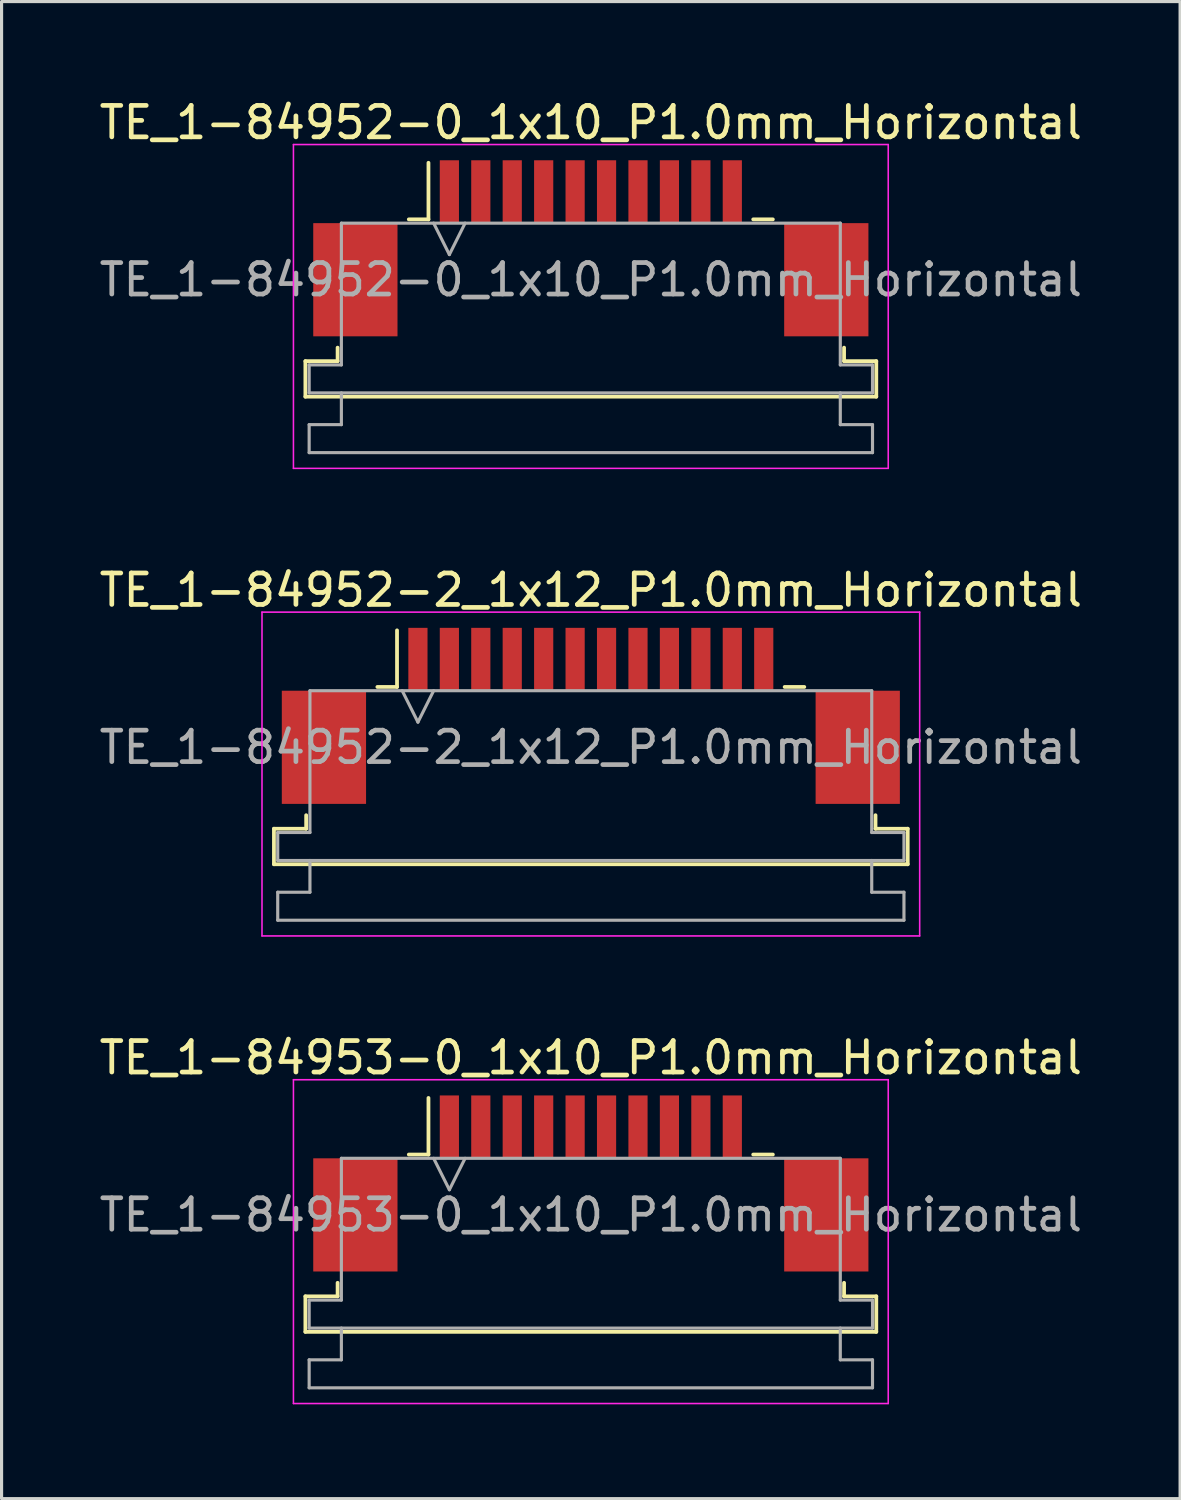
<source format=kicad_pcb>
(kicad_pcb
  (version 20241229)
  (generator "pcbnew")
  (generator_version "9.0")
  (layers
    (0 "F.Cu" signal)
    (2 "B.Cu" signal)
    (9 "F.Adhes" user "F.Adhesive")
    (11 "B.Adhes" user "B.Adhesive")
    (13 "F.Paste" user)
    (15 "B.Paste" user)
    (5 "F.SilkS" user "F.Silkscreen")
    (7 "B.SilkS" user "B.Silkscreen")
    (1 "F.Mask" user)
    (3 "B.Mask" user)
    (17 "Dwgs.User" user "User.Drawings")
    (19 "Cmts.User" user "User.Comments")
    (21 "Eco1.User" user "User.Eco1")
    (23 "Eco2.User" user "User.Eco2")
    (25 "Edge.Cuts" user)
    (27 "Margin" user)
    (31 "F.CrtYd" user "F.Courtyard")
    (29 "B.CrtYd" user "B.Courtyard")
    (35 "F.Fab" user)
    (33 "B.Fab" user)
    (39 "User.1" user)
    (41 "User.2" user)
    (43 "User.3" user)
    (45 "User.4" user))
  (footprint "TE_1-84952-2_1x12_P1.0mm_Horizontal"
    (layer "F.Cu")
    (at 15.744 19.721)
    (property "Reference" "TE_1-84952-2_1x12_P1.0mm_Horizontal" (at 0 -4 0) (layer "F.SilkS") (effects (font (size 1 1) (thickness 0.15))))
    (attr smd)
    (fp_line (start -10.08 3.59) (end -9.055 3.59) (stroke (width 0.12) (type solid)) (layer "F.SilkS"))
    (fp_line (start -10.08 4.72) (end -10.08 3.59) (stroke (width 0.12) (type solid)) (layer "F.SilkS"))
    (fp_line (start -9.055 3.59) (end -9.055 3.16) (stroke (width 0.12) (type solid)) (layer "F.SilkS"))
    (fp_line (start -6.79 -0.92) (end -6.165 -0.92) (stroke (width 0.12) (type solid)) (layer "F.SilkS"))
    (fp_line (start -6.165 -0.92) (end -6.165 -2.72) (stroke (width 0.12) (type solid)) (layer "F.SilkS"))
    (fp_line (start 6.165 -0.92) (end 6.79 -0.92) (stroke (width 0.12) (type solid)) (layer "F.SilkS"))
    (fp_line (start 9.055 3.16) (end 9.055 3.59) (stroke (width 0.12) (type solid)) (layer "F.SilkS"))
    (fp_line (start 9.055 3.59) (end 10.08 3.59) (stroke (width 0.12) (type solid)) (layer "F.SilkS"))
    (fp_line (start 10.08 3.59) (end 10.08 4.72) (stroke (width 0.12) (type solid)) (layer "F.SilkS"))
    (fp_line (start 10.08 4.72) (end -10.08 4.72) (stroke (width 0.12) (type solid)) (layer "F.SilkS"))
    (fp_line (start -10.46 -3.3) (end -10.46 7) (stroke (width 0.05) (type solid)) (layer "F.CrtYd"))
    (fp_line (start -10.46 7) (end 10.46 7) (stroke (width 0.05) (type solid)) (layer "F.CrtYd"))
    (fp_line (start 10.46 -3.3) (end -10.46 -3.3) (stroke (width 0.05) (type solid)) (layer "F.CrtYd"))
    (fp_line (start 10.46 7) (end 10.46 -3.3) (stroke (width 0.05) (type solid)) (layer "F.CrtYd"))
    (fp_line (start -9.96 3.71) (end -8.935 3.71) (stroke (width 0.1) (type solid)) (layer "F.Fab"))
    (fp_line (start -9.96 4.6) (end -9.96 3.71) (stroke (width 0.1) (type solid)) (layer "F.Fab"))
    (fp_line (start -9.96 5.61) (end -8.935 5.61) (stroke (width 0.1) (type solid)) (layer "F.Fab"))
    (fp_line (start -9.96 6.5) (end -9.96 5.61) (stroke (width 0.1) (type solid)) (layer "F.Fab"))
    (fp_line (start -8.935 -0.8) (end 8.935 -0.8) (stroke (width 0.1) (type solid)) (layer "F.Fab"))
    (fp_line (start -8.935 3.71) (end -8.935 -0.8) (stroke (width 0.1) (type solid)) (layer "F.Fab"))
    (fp_line (start -8.935 5.61) (end -8.935 4.6) (stroke (width 0.1) (type solid)) (layer "F.Fab"))
    (fp_line (start -6 -0.8) (end -5.5 0.2) (stroke (width 0.1) (type solid)) (layer "F.Fab"))
    (fp_line (start -5.5 0.2) (end -5 -0.8) (stroke (width 0.1) (type solid)) (layer "F.Fab"))
    (fp_line (start 8.935 -0.8) (end 8.935 3.71) (stroke (width 0.1) (type solid)) (layer "F.Fab"))
    (fp_line (start 8.935 3.71) (end 9.96 3.71) (stroke (width 0.1) (type solid)) (layer "F.Fab"))
    (fp_line (start 8.935 4.6) (end 8.935 5.61) (stroke (width 0.1) (type solid)) (layer "F.Fab"))
    (fp_line (start 8.935 5.61) (end 9.96 5.61) (stroke (width 0.1) (type solid)) (layer "F.Fab"))
    (fp_line (start 9.96 3.71) (end 9.96 4.6) (stroke (width 0.1) (type solid)) (layer "F.Fab"))
    (fp_line (start 9.96 4.6) (end -9.96 4.6) (stroke (width 0.1) (type solid)) (layer "F.Fab"))
    (fp_line (start 9.96 5.61) (end 9.96 6.5) (stroke (width 0.1) (type solid)) (layer "F.Fab"))
    (fp_line (start 9.96 6.5) (end -9.96 6.5) (stroke (width 0.1) (type solid)) (layer "F.Fab"))
    (fp_text user "${REFERENCE}" (at 0 1 0) (layer "F.Fab") (effects (font (size 1 1) (thickness 0.15))))
    (pad "" smd rect (at -8.49 1) (size 2.68 3.6) (layers "F.Cu" "F.Mask" "F.Paste"))
    (pad "" smd rect (at 8.49 1) (size 2.68 3.6) (layers "F.Cu" "F.Mask" "F.Paste"))
    (pad "1" smd rect (at -5.5 -1.8) (size 0.61 2) (layers "F.Cu" "F.Mask" "F.Paste"))
    (pad "2" smd rect (at -4.5 -1.8) (size 0.61 2) (layers "F.Cu" "F.Mask" "F.Paste"))
    (pad "3" smd rect (at -3.5 -1.8) (size 0.61 2) (layers "F.Cu" "F.Mask" "F.Paste"))
    (pad "4" smd rect (at -2.5 -1.8) (size 0.61 2) (layers "F.Cu" "F.Mask" "F.Paste"))
    (pad "5" smd rect (at -1.5 -1.8) (size 0.61 2) (layers "F.Cu" "F.Mask" "F.Paste"))
    (pad "6" smd rect (at -0.5 -1.8) (size 0.61 2) (layers "F.Cu" "F.Mask" "F.Paste"))
    (pad "7" smd rect (at 0.5 -1.8) (size 0.61 2) (layers "F.Cu" "F.Mask" "F.Paste"))
    (pad "8" smd rect (at 1.5 -1.8) (size 0.61 2) (layers "F.Cu" "F.Mask" "F.Paste"))
    (pad "9" smd rect (at 2.5 -1.8) (size 0.61 2) (layers "F.Cu" "F.Mask" "F.Paste"))
    (pad "10" smd rect (at 3.5 -1.8) (size 0.61 2) (layers "F.Cu" "F.Mask" "F.Paste"))
    (pad "11" smd rect (at 4.5 -1.8) (size 0.61 2) (layers "F.Cu" "F.Mask" "F.Paste"))
    (pad "12" smd rect (at 5.5 -1.8) (size 0.61 2) (layers "F.Cu" "F.Mask" "F.Paste")))
  (footprint "TE_1-84953-0_1x10_P1.0mm_Horizontal"
    (layer "F.Cu")
    (at 15.744 34.595)
    (property "Reference" "TE_1-84953-0_1x10_P1.0mm_Horizontal" (at 0 -4 0) (layer "F.SilkS") (effects (font (size 1 1) (thickness 0.15))))
    (attr smd)
    (fp_line (start -9.08 3.59) (end -8.055 3.59) (stroke (width 0.12) (type solid)) (layer "F.SilkS"))
    (fp_line (start -9.08 4.72) (end -9.08 3.59) (stroke (width 0.12) (type solid)) (layer "F.SilkS"))
    (fp_line (start -8.055 3.59) (end -8.055 3.16) (stroke (width 0.12) (type solid)) (layer "F.SilkS"))
    (fp_line (start -5.79 -0.92) (end -5.165 -0.92) (stroke (width 0.12) (type solid)) (layer "F.SilkS"))
    (fp_line (start -5.165 -0.92) (end -5.165 -2.72) (stroke (width 0.12) (type solid)) (layer "F.SilkS"))
    (fp_line (start 5.165 -0.92) (end 5.79 -0.92) (stroke (width 0.12) (type solid)) (layer "F.SilkS"))
    (fp_line (start 8.055 3.16) (end 8.055 3.59) (stroke (width 0.12) (type solid)) (layer "F.SilkS"))
    (fp_line (start 8.055 3.59) (end 9.08 3.59) (stroke (width 0.12) (type solid)) (layer "F.SilkS"))
    (fp_line (start 9.08 3.59) (end 9.08 4.72) (stroke (width 0.12) (type solid)) (layer "F.SilkS"))
    (fp_line (start 9.08 4.72) (end -9.08 4.72) (stroke (width 0.12) (type solid)) (layer "F.SilkS"))
    (fp_line (start -9.46 -3.3) (end -9.46 7) (stroke (width 0.05) (type solid)) (layer "F.CrtYd"))
    (fp_line (start -9.46 7) (end 9.46 7) (stroke (width 0.05) (type solid)) (layer "F.CrtYd"))
    (fp_line (start 9.46 -3.3) (end -9.46 -3.3) (stroke (width 0.05) (type solid)) (layer "F.CrtYd"))
    (fp_line (start 9.46 7) (end 9.46 -3.3) (stroke (width 0.05) (type solid)) (layer "F.CrtYd"))
    (fp_line (start -8.96 3.71) (end -7.935 3.71) (stroke (width 0.1) (type solid)) (layer "F.Fab"))
    (fp_line (start -8.96 4.6) (end -8.96 3.71) (stroke (width 0.1) (type solid)) (layer "F.Fab"))
    (fp_line (start -8.96 5.61) (end -7.935 5.61) (stroke (width 0.1) (type solid)) (layer "F.Fab"))
    (fp_line (start -8.96 6.5) (end -8.96 5.61) (stroke (width 0.1) (type solid)) (layer "F.Fab"))
    (fp_line (start -7.935 -0.8) (end 7.935 -0.8) (stroke (width 0.1) (type solid)) (layer "F.Fab"))
    (fp_line (start -7.935 3.71) (end -7.935 -0.8) (stroke (width 0.1) (type solid)) (layer "F.Fab"))
    (fp_line (start -7.935 5.61) (end -7.935 4.6) (stroke (width 0.1) (type solid)) (layer "F.Fab"))
    (fp_line (start -5 -0.8) (end -4.5 0.2) (stroke (width 0.1) (type solid)) (layer "F.Fab"))
    (fp_line (start -4.5 0.2) (end -4 -0.8) (stroke (width 0.1) (type solid)) (layer "F.Fab"))
    (fp_line (start 7.935 -0.8) (end 7.935 3.71) (stroke (width 0.1) (type solid)) (layer "F.Fab"))
    (fp_line (start 7.935 3.71) (end 8.96 3.71) (stroke (width 0.1) (type solid)) (layer "F.Fab"))
    (fp_line (start 7.935 4.6) (end 7.935 5.61) (stroke (width 0.1) (type solid)) (layer "F.Fab"))
    (fp_line (start 7.935 5.61) (end 8.96 5.61) (stroke (width 0.1) (type solid)) (layer "F.Fab"))
    (fp_line (start 8.96 3.71) (end 8.96 4.6) (stroke (width 0.1) (type solid)) (layer "F.Fab"))
    (fp_line (start 8.96 4.6) (end -8.96 4.6) (stroke (width 0.1) (type solid)) (layer "F.Fab"))
    (fp_line (start 8.96 5.61) (end 8.96 6.5) (stroke (width 0.1) (type solid)) (layer "F.Fab"))
    (fp_line (start 8.96 6.5) (end -8.96 6.5) (stroke (width 0.1) (type solid)) (layer "F.Fab"))
    (fp_text user "${REFERENCE}" (at 0 1 0) (layer "F.Fab") (effects (font (size 1 1) (thickness 0.15))))
    (pad "" smd rect (at -7.49 1) (size 2.68 3.6) (layers "F.Cu" "F.Mask" "F.Paste"))
    (pad "" smd rect (at 7.49 1) (size 2.68 3.6) (layers "F.Cu" "F.Mask" "F.Paste"))
    (pad "1" smd rect (at -4.5 -1.8) (size 0.61 2) (layers "F.Cu" "F.Mask" "F.Paste"))
    (pad "2" smd rect (at -3.5 -1.8) (size 0.61 2) (layers "F.Cu" "F.Mask" "F.Paste"))
    (pad "3" smd rect (at -2.5 -1.8) (size 0.61 2) (layers "F.Cu" "F.Mask" "F.Paste"))
    (pad "4" smd rect (at -1.5 -1.8) (size 0.61 2) (layers "F.Cu" "F.Mask" "F.Paste"))
    (pad "5" smd rect (at -0.5 -1.8) (size 0.61 2) (layers "F.Cu" "F.Mask" "F.Paste"))
    (pad "6" smd rect (at 0.5 -1.8) (size 0.61 2) (layers "F.Cu" "F.Mask" "F.Paste"))
    (pad "7" smd rect (at 1.5 -1.8) (size 0.61 2) (layers "F.Cu" "F.Mask" "F.Paste"))
    (pad "8" smd rect (at 2.5 -1.8) (size 0.61 2) (layers "F.Cu" "F.Mask" "F.Paste"))
    (pad "9" smd rect (at 3.5 -1.8) (size 0.61 2) (layers "F.Cu" "F.Mask" "F.Paste"))
    (pad "10" smd rect (at 4.5 -1.8) (size 0.61 2) (layers "F.Cu" "F.Mask" "F.Paste")))
  (footprint "TE_1-84952-0_1x10_P1.0mm_Horizontal"
    (layer "F.Cu")
    (at 15.744 4.848)
    (property "Reference" "TE_1-84952-0_1x10_P1.0mm_Horizontal" (at 0 -4 0) (layer "F.SilkS") (effects (font (size 1 1) (thickness 0.15))))
    (attr smd)
    (fp_line (start -9.08 3.59) (end -8.055 3.59) (stroke (width 0.12) (type solid)) (layer "F.SilkS"))
    (fp_line (start -9.08 4.72) (end -9.08 3.59) (stroke (width 0.12) (type solid)) (layer "F.SilkS"))
    (fp_line (start -8.055 3.59) (end -8.055 3.16) (stroke (width 0.12) (type solid)) (layer "F.SilkS"))
    (fp_line (start -5.79 -0.92) (end -5.165 -0.92) (stroke (width 0.12) (type solid)) (layer "F.SilkS"))
    (fp_line (start -5.165 -0.92) (end -5.165 -2.72) (stroke (width 0.12) (type solid)) (layer "F.SilkS"))
    (fp_line (start 5.165 -0.92) (end 5.79 -0.92) (stroke (width 0.12) (type solid)) (layer "F.SilkS"))
    (fp_line (start 8.055 3.16) (end 8.055 3.59) (stroke (width 0.12) (type solid)) (layer "F.SilkS"))
    (fp_line (start 8.055 3.59) (end 9.08 3.59) (stroke (width 0.12) (type solid)) (layer "F.SilkS"))
    (fp_line (start 9.08 3.59) (end 9.08 4.72) (stroke (width 0.12) (type solid)) (layer "F.SilkS"))
    (fp_line (start 9.08 4.72) (end -9.08 4.72) (stroke (width 0.12) (type solid)) (layer "F.SilkS"))
    (fp_line (start -9.46 -3.3) (end -9.46 7) (stroke (width 0.05) (type solid)) (layer "F.CrtYd"))
    (fp_line (start -9.46 7) (end 9.46 7) (stroke (width 0.05) (type solid)) (layer "F.CrtYd"))
    (fp_line (start 9.46 -3.3) (end -9.46 -3.3) (stroke (width 0.05) (type solid)) (layer "F.CrtYd"))
    (fp_line (start 9.46 7) (end 9.46 -3.3) (stroke (width 0.05) (type solid)) (layer "F.CrtYd"))
    (fp_line (start -8.96 3.71) (end -7.935 3.71) (stroke (width 0.1) (type solid)) (layer "F.Fab"))
    (fp_line (start -8.96 4.6) (end -8.96 3.71) (stroke (width 0.1) (type solid)) (layer "F.Fab"))
    (fp_line (start -8.96 5.61) (end -7.935 5.61) (stroke (width 0.1) (type solid)) (layer "F.Fab"))
    (fp_line (start -8.96 6.5) (end -8.96 5.61) (stroke (width 0.1) (type solid)) (layer "F.Fab"))
    (fp_line (start -7.935 -0.8) (end 7.935 -0.8) (stroke (width 0.1) (type solid)) (layer "F.Fab"))
    (fp_line (start -7.935 3.71) (end -7.935 -0.8) (stroke (width 0.1) (type solid)) (layer "F.Fab"))
    (fp_line (start -7.935 5.61) (end -7.935 4.6) (stroke (width 0.1) (type solid)) (layer "F.Fab"))
    (fp_line (start -5 -0.8) (end -4.5 0.2) (stroke (width 0.1) (type solid)) (layer "F.Fab"))
    (fp_line (start -4.5 0.2) (end -4 -0.8) (stroke (width 0.1) (type solid)) (layer "F.Fab"))
    (fp_line (start 7.935 -0.8) (end 7.935 3.71) (stroke (width 0.1) (type solid)) (layer "F.Fab"))
    (fp_line (start 7.935 3.71) (end 8.96 3.71) (stroke (width 0.1) (type solid)) (layer "F.Fab"))
    (fp_line (start 7.935 4.6) (end 7.935 5.61) (stroke (width 0.1) (type solid)) (layer "F.Fab"))
    (fp_line (start 7.935 5.61) (end 8.96 5.61) (stroke (width 0.1) (type solid)) (layer "F.Fab"))
    (fp_line (start 8.96 3.71) (end 8.96 4.6) (stroke (width 0.1) (type solid)) (layer "F.Fab"))
    (fp_line (start 8.96 4.6) (end -8.96 4.6) (stroke (width 0.1) (type solid)) (layer "F.Fab"))
    (fp_line (start 8.96 5.61) (end 8.96 6.5) (stroke (width 0.1) (type solid)) (layer "F.Fab"))
    (fp_line (start 8.96 6.5) (end -8.96 6.5) (stroke (width 0.1) (type solid)) (layer "F.Fab"))
    (fp_text user "${REFERENCE}" (at 0 1 0) (layer "F.Fab") (effects (font (size 1 1) (thickness 0.15))))
    (pad "" smd rect (at -7.49 1) (size 2.68 3.6) (layers "F.Cu" "F.Mask" "F.Paste"))
    (pad "" smd rect (at 7.49 1) (size 2.68 3.6) (layers "F.Cu" "F.Mask" "F.Paste"))
    (pad "1" smd rect (at -4.5 -1.8) (size 0.61 2) (layers "F.Cu" "F.Mask" "F.Paste"))
    (pad "2" smd rect (at -3.5 -1.8) (size 0.61 2) (layers "F.Cu" "F.Mask" "F.Paste"))
    (pad "3" smd rect (at -2.5 -1.8) (size 0.61 2) (layers "F.Cu" "F.Mask" "F.Paste"))
    (pad "4" smd rect (at -1.5 -1.8) (size 0.61 2) (layers "F.Cu" "F.Mask" "F.Paste"))
    (pad "5" smd rect (at -0.5 -1.8) (size 0.61 2) (layers "F.Cu" "F.Mask" "F.Paste"))
    (pad "6" smd rect (at 0.5 -1.8) (size 0.61 2) (layers "F.Cu" "F.Mask" "F.Paste"))
    (pad "7" smd rect (at 1.5 -1.8) (size 0.61 2) (layers "F.Cu" "F.Mask" "F.Paste"))
    (pad "8" smd rect (at 2.5 -1.8) (size 0.61 2) (layers "F.Cu" "F.Mask" "F.Paste"))
    (pad "9" smd rect (at 3.5 -1.8) (size 0.61 2) (layers "F.Cu" "F.Mask" "F.Paste"))
    (pad "10" smd rect (at 4.5 -1.8) (size 0.61 2) (layers "F.Cu" "F.Mask" "F.Paste")))
  (gr_rect
    (start -3 -3)
    (end 34.488 44.62)
    (stroke (width 0.1) (type default))
    (fill no)
    (layer "Edge.Cuts")))
</source>
